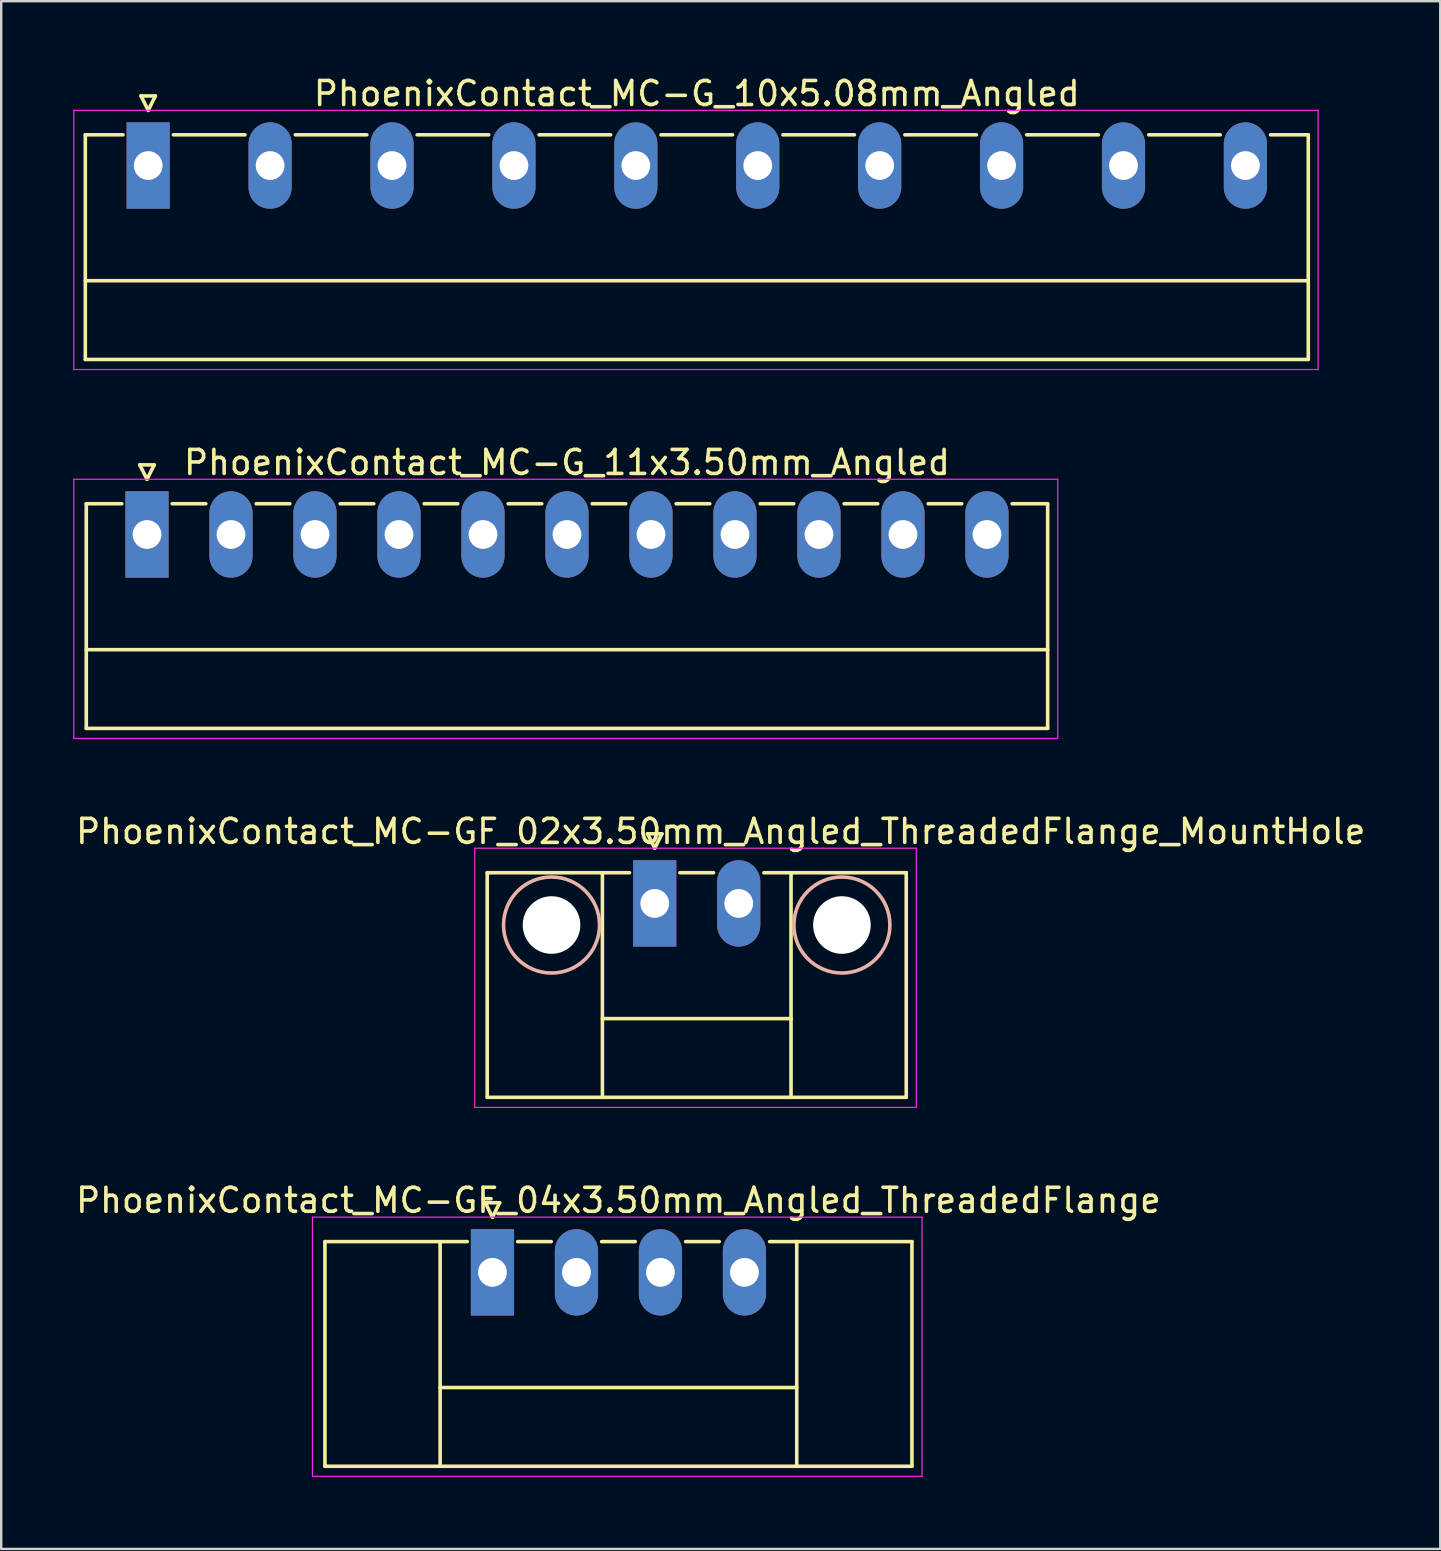
<source format=kicad_pcb>
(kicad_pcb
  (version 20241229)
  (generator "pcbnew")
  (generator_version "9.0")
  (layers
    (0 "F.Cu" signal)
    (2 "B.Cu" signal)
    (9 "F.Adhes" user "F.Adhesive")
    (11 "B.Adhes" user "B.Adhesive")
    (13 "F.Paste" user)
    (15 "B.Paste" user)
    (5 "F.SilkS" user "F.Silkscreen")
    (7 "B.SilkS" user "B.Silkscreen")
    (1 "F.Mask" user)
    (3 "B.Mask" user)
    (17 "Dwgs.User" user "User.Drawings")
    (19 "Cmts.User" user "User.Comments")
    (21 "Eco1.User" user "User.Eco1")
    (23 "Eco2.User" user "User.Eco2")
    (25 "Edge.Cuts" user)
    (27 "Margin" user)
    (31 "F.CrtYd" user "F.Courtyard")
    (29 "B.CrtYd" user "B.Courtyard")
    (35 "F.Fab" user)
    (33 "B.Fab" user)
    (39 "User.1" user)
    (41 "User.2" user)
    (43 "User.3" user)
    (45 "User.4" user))
  (footprint "PhoenixContact_MC-G_10x5.08mm_Angled"
    (layer "F.Cu")
    (at 3.125 3.848)
    (property "Reference" "PhoenixContact_MC-G_10x5.08mm_Angled" (at 22.86 -3 0) (layer "F.SilkS") (effects (font (size 1 1) (thickness 0.15))))
    (attr through_hole)
    (fp_line (start -2.62 -1.28) (end -2.62 8.08) (stroke (width 0.15) (type solid)) (layer "F.SilkS"))
    (fp_line (start -2.62 -1.28) (end -1.05 -1.28) (stroke (width 0.15) (type solid)) (layer "F.SilkS"))
    (fp_line (start -2.62 4.8) (end 48.34 4.8) (stroke (width 0.15) (type solid)) (layer "F.SilkS"))
    (fp_line (start -2.62 8.08) (end 48.34 8.08) (stroke (width 0.15) (type solid)) (layer "F.SilkS"))
    (fp_line (start -0.3 -2.9) (end 0 -2.3) (stroke (width 0.15) (type solid)) (layer "F.SilkS"))
    (fp_line (start 0 -2.3) (end 0.3 -2.9) (stroke (width 0.15) (type solid)) (layer "F.SilkS"))
    (fp_line (start 0.3 -2.9) (end -0.3 -2.9) (stroke (width 0.15) (type solid)) (layer "F.SilkS"))
    (fp_line (start 1.05 -1.28) (end 4.03 -1.28) (stroke (width 0.15) (type solid)) (layer "F.SilkS"))
    (fp_line (start 6.13 -1.28) (end 9.11 -1.28) (stroke (width 0.15) (type solid)) (layer "F.SilkS"))
    (fp_line (start 11.21 -1.28) (end 14.19 -1.28) (stroke (width 0.15) (type solid)) (layer "F.SilkS"))
    (fp_line (start 16.29 -1.28) (end 19.27 -1.28) (stroke (width 0.15) (type solid)) (layer "F.SilkS"))
    (fp_line (start 21.37 -1.28) (end 24.35 -1.28) (stroke (width 0.15) (type solid)) (layer "F.SilkS"))
    (fp_line (start 26.45 -1.28) (end 29.43 -1.28) (stroke (width 0.15) (type solid)) (layer "F.SilkS"))
    (fp_line (start 31.53 -1.28) (end 34.51 -1.28) (stroke (width 0.15) (type solid)) (layer "F.SilkS"))
    (fp_line (start 36.61 -1.28) (end 39.59 -1.28) (stroke (width 0.15) (type solid)) (layer "F.SilkS"))
    (fp_line (start 41.69 -1.28) (end 44.67 -1.28) (stroke (width 0.15) (type solid)) (layer "F.SilkS"))
    (fp_line (start 48.34 -1.28) (end 46.77 -1.28) (stroke (width 0.15) (type solid)) (layer "F.SilkS"))
    (fp_line (start 48.34 8.08) (end 48.34 -1.28) (stroke (width 0.15) (type solid)) (layer "F.SilkS"))
    (fp_line (start -3.1 -2.3) (end -3.1 8.5) (stroke (width 0.05) (type solid)) (layer "F.CrtYd"))
    (fp_line (start -3.1 8.5) (end 48.75 8.5) (stroke (width 0.05) (type solid)) (layer "F.CrtYd"))
    (fp_line (start 48.75 -2.3) (end -3.1 -2.3) (stroke (width 0.05) (type solid)) (layer "F.CrtYd"))
    (fp_line (start 48.75 8.5) (end 48.75 -2.3) (stroke (width 0.05) (type solid)) (layer "F.CrtYd"))
    (pad "1" thru_hole rect (at 0 0) (size 1.8 3.6) (drill 1.2) (layers "*.Cu" "*.Mask"))
    (pad "2" thru_hole oval (at 5.08 0) (size 1.8 3.6) (drill 1.2) (layers "*.Cu" "*.Mask"))
    (pad "3" thru_hole oval (at 10.16 0) (size 1.8 3.6) (drill 1.2) (layers "*.Cu" "*.Mask"))
    (pad "4" thru_hole oval (at 15.24 0) (size 1.8 3.6) (drill 1.2) (layers "*.Cu" "*.Mask"))
    (pad "5" thru_hole oval (at 20.32 0) (size 1.8 3.6) (drill 1.2) (layers "*.Cu" "*.Mask"))
    (pad "6" thru_hole oval (at 25.4 0) (size 1.8 3.6) (drill 1.2) (layers "*.Cu" "*.Mask"))
    (pad "7" thru_hole oval (at 30.48 0) (size 1.8 3.6) (drill 1.2) (layers "*.Cu" "*.Mask"))
    (pad "8" thru_hole oval (at 35.56 0) (size 1.8 3.6) (drill 1.2) (layers "*.Cu" "*.Mask"))
    (pad "9" thru_hole oval (at 40.64 0) (size 1.8 3.6) (drill 1.2) (layers "*.Cu" "*.Mask"))
    (pad "10" thru_hole oval (at 45.72 0) (size 1.8 3.6) (drill 1.2) (layers "*.Cu" "*.Mask")))
  (footprint "PhoenixContact_MC-GF_02x3.50mm_Angled_ThreadedFlange_MountHole"
    (layer "F.Cu")
    (at 24.232 34.595)
    (property "Reference" "PhoenixContact_MC-GF_02x3.50mm_Angled_ThreadedFlange_MountHole" (at 2.75 -3 0) (layer "F.SilkS") (effects (font (size 1 1) (thickness 0.15))))
    (attr through_hole)
    (fp_line (start -6.98 -1.28) (end -6.98 8.08) (stroke (width 0.15) (type solid)) (layer "F.SilkS"))
    (fp_line (start -6.98 -1.28) (end -1.05 -1.28) (stroke (width 0.15) (type solid)) (layer "F.SilkS"))
    (fp_line (start -6.98 8.08) (end 10.48 8.08) (stroke (width 0.15) (type solid)) (layer "F.SilkS"))
    (fp_line (start -2.18 -1.28) (end -2.18 8.08) (stroke (width 0.15) (type solid)) (layer "F.SilkS"))
    (fp_line (start -2.18 4.8) (end 5.68 4.8) (stroke (width 0.15) (type solid)) (layer "F.SilkS"))
    (fp_line (start -0.3 -2.9) (end 0 -2.3) (stroke (width 0.15) (type solid)) (layer "F.SilkS"))
    (fp_line (start 0 -2.3) (end 0.3 -2.9) (stroke (width 0.15) (type solid)) (layer "F.SilkS"))
    (fp_line (start 0.3 -2.9) (end -0.3 -2.9) (stroke (width 0.15) (type solid)) (layer "F.SilkS"))
    (fp_line (start 1.05 -1.28) (end 2.45 -1.28) (stroke (width 0.15) (type solid)) (layer "F.SilkS"))
    (fp_line (start 5.68 -1.28) (end 5.68 8.08) (stroke (width 0.15) (type solid)) (layer "F.SilkS"))
    (fp_line (start 10.48 -1.28) (end 4.55 -1.28) (stroke (width 0.15) (type solid)) (layer "F.SilkS"))
    (fp_line (start 10.48 8.08) (end 10.48 -1.28) (stroke (width 0.15) (type solid)) (layer "F.SilkS"))
    (fp_circle (center -4.3 0.9) (end -2.3 0.9) (stroke (width 0.15) (type solid)) (fill no) (layer "B.SilkS"))
    (fp_circle (center 7.8 0.9) (end 9.8 0.9) (stroke (width 0.15) (type solid)) (fill no) (layer "B.SilkS"))
    (fp_line (start -7.5 -2.3) (end -7.5 8.5) (stroke (width 0.05) (type solid)) (layer "F.CrtYd"))
    (fp_line (start -7.5 8.5) (end 10.9 8.5) (stroke (width 0.05) (type solid)) (layer "F.CrtYd"))
    (fp_line (start 10.9 -2.3) (end -7.5 -2.3) (stroke (width 0.05) (type solid)) (layer "F.CrtYd"))
    (fp_line (start 10.9 8.5) (end 10.9 -2.3) (stroke (width 0.05) (type solid)) (layer "F.CrtYd"))
    (pad "" np_thru_hole circle (at -4.3 0.9) (size 2.4 2.4) (drill 2.4) (layers "*.Cu" "*.Mask"))
    (pad "" np_thru_hole circle (at 7.8 0.9) (size 2.4 2.4) (drill 2.4) (layers "*.Cu" "*.Mask"))
    (pad "1" thru_hole rect (at 0 0) (size 1.8 3.6) (drill 1.2) (layers "*.Cu" "*.Mask"))
    (pad "2" thru_hole oval (at 3.5 0) (size 1.8 3.6) (drill 1.2) (layers "*.Cu" "*.Mask")))
  (footprint "PhoenixContact_MC-GF_04x3.50mm_Angled_ThreadedFlange"
    (layer "F.Cu")
    (at 17.47 49.968)
    (property "Reference" "PhoenixContact_MC-GF_04x3.50mm_Angled_ThreadedFlange" (at 5.25 -3 0) (layer "F.SilkS") (effects (font (size 1 1) (thickness 0.15))))
    (attr through_hole)
    (fp_line (start -6.98 -1.28) (end -6.98 8.08) (stroke (width 0.15) (type solid)) (layer "F.SilkS"))
    (fp_line (start -6.98 -1.28) (end -1.05 -1.28) (stroke (width 0.15) (type solid)) (layer "F.SilkS"))
    (fp_line (start -6.98 8.08) (end 17.48 8.08) (stroke (width 0.15) (type solid)) (layer "F.SilkS"))
    (fp_line (start -2.18 -1.28) (end -2.18 8.08) (stroke (width 0.15) (type solid)) (layer "F.SilkS"))
    (fp_line (start -2.18 4.8) (end 12.68 4.8) (stroke (width 0.15) (type solid)) (layer "F.SilkS"))
    (fp_line (start -0.3 -2.9) (end 0 -2.3) (stroke (width 0.15) (type solid)) (layer "F.SilkS"))
    (fp_line (start 0 -2.3) (end 0.3 -2.9) (stroke (width 0.15) (type solid)) (layer "F.SilkS"))
    (fp_line (start 0.3 -2.9) (end -0.3 -2.9) (stroke (width 0.15) (type solid)) (layer "F.SilkS"))
    (fp_line (start 1.05 -1.28) (end 2.45 -1.28) (stroke (width 0.15) (type solid)) (layer "F.SilkS"))
    (fp_line (start 4.55 -1.28) (end 5.95 -1.28) (stroke (width 0.15) (type solid)) (layer "F.SilkS"))
    (fp_line (start 8.05 -1.28) (end 9.45 -1.28) (stroke (width 0.15) (type solid)) (layer "F.SilkS"))
    (fp_line (start 12.68 -1.28) (end 12.68 8.08) (stroke (width 0.15) (type solid)) (layer "F.SilkS"))
    (fp_line (start 17.48 -1.28) (end 11.55 -1.28) (stroke (width 0.15) (type solid)) (layer "F.SilkS"))
    (fp_line (start 17.48 8.08) (end 17.48 -1.28) (stroke (width 0.15) (type solid)) (layer "F.SilkS"))
    (fp_line (start -7.5 -2.3) (end -7.5 8.5) (stroke (width 0.05) (type solid)) (layer "F.CrtYd"))
    (fp_line (start -7.5 8.5) (end 17.9 8.5) (stroke (width 0.05) (type solid)) (layer "F.CrtYd"))
    (fp_line (start 17.9 -2.3) (end -7.5 -2.3) (stroke (width 0.05) (type solid)) (layer "F.CrtYd"))
    (fp_line (start 17.9 8.5) (end 17.9 -2.3) (stroke (width 0.05) (type solid)) (layer "F.CrtYd"))
    (pad "1" thru_hole rect (at 0 0) (size 1.8 3.6) (drill 1.2) (layers "*.Cu" "*.Mask"))
    (pad "2" thru_hole oval (at 3.5 0) (size 1.8 3.6) (drill 1.2) (layers "*.Cu" "*.Mask"))
    (pad "3" thru_hole oval (at 7 0) (size 1.8 3.6) (drill 1.2) (layers "*.Cu" "*.Mask"))
    (pad "4" thru_hole oval (at 10.5 0) (size 1.8 3.6) (drill 1.2) (layers "*.Cu" "*.Mask")))
  (footprint "PhoenixContact_MC-G_11x3.50mm_Angled"
    (layer "F.Cu")
    (at 3.075 19.221)
    (property "Reference" "PhoenixContact_MC-G_11x3.50mm_Angled" (at 17.5 -3 0) (layer "F.SilkS") (effects (font (size 1 1) (thickness 0.15))))
    (attr through_hole)
    (fp_line (start -2.53 -1.28) (end -2.53 8.08) (stroke (width 0.15) (type solid)) (layer "F.SilkS"))
    (fp_line (start -2.53 -1.28) (end -1.05 -1.28) (stroke (width 0.15) (type solid)) (layer "F.SilkS"))
    (fp_line (start -2.53 4.8) (end 37.53 4.8) (stroke (width 0.15) (type solid)) (layer "F.SilkS"))
    (fp_line (start -2.53 8.08) (end 37.53 8.08) (stroke (width 0.15) (type solid)) (layer "F.SilkS"))
    (fp_line (start -0.3 -2.9) (end 0 -2.3) (stroke (width 0.15) (type solid)) (layer "F.SilkS"))
    (fp_line (start 0 -2.3) (end 0.3 -2.9) (stroke (width 0.15) (type solid)) (layer "F.SilkS"))
    (fp_line (start 0.3 -2.9) (end -0.3 -2.9) (stroke (width 0.15) (type solid)) (layer "F.SilkS"))
    (fp_line (start 1.05 -1.28) (end 2.45 -1.28) (stroke (width 0.15) (type solid)) (layer "F.SilkS"))
    (fp_line (start 4.55 -1.28) (end 5.95 -1.28) (stroke (width 0.15) (type solid)) (layer "F.SilkS"))
    (fp_line (start 8.05 -1.28) (end 9.45 -1.28) (stroke (width 0.15) (type solid)) (layer "F.SilkS"))
    (fp_line (start 11.55 -1.28) (end 12.95 -1.28) (stroke (width 0.15) (type solid)) (layer "F.SilkS"))
    (fp_line (start 15.05 -1.28) (end 16.45 -1.28) (stroke (width 0.15) (type solid)) (layer "F.SilkS"))
    (fp_line (start 18.55 -1.28) (end 19.95 -1.28) (stroke (width 0.15) (type solid)) (layer "F.SilkS"))
    (fp_line (start 22.05 -1.28) (end 23.45 -1.28) (stroke (width 0.15) (type solid)) (layer "F.SilkS"))
    (fp_line (start 25.55 -1.28) (end 26.95 -1.28) (stroke (width 0.15) (type solid)) (layer "F.SilkS"))
    (fp_line (start 29.05 -1.28) (end 30.45 -1.28) (stroke (width 0.15) (type solid)) (layer "F.SilkS"))
    (fp_line (start 32.55 -1.28) (end 33.95 -1.28) (stroke (width 0.15) (type solid)) (layer "F.SilkS"))
    (fp_line (start 37.53 -1.28) (end 36.05 -1.28) (stroke (width 0.15) (type solid)) (layer "F.SilkS"))
    (fp_line (start 37.53 8.08) (end 37.53 -1.28) (stroke (width 0.15) (type solid)) (layer "F.SilkS"))
    (fp_line (start -3.05 -2.3) (end -3.05 8.5) (stroke (width 0.05) (type solid)) (layer "F.CrtYd"))
    (fp_line (start -3.05 8.5) (end 37.95 8.5) (stroke (width 0.05) (type solid)) (layer "F.CrtYd"))
    (fp_line (start 37.95 -2.3) (end -3.05 -2.3) (stroke (width 0.05) (type solid)) (layer "F.CrtYd"))
    (fp_line (start 37.95 8.5) (end 37.95 -2.3) (stroke (width 0.05) (type solid)) (layer "F.CrtYd"))
    (pad "1" thru_hole rect (at 0 0) (size 1.8 3.6) (drill 1.2) (layers "*.Cu" "*.Mask"))
    (pad "2" thru_hole oval (at 3.5 0) (size 1.8 3.6) (drill 1.2) (layers "*.Cu" "*.Mask"))
    (pad "3" thru_hole oval (at 7 0) (size 1.8 3.6) (drill 1.2) (layers "*.Cu" "*.Mask"))
    (pad "4" thru_hole oval (at 10.5 0) (size 1.8 3.6) (drill 1.2) (layers "*.Cu" "*.Mask"))
    (pad "5" thru_hole oval (at 14 0) (size 1.8 3.6) (drill 1.2) (layers "*.Cu" "*.Mask"))
    (pad "6" thru_hole oval (at 17.5 0) (size 1.8 3.6) (drill 1.2) (layers "*.Cu" "*.Mask"))
    (pad "7" thru_hole oval (at 21 0) (size 1.8 3.6) (drill 1.2) (layers "*.Cu" "*.Mask"))
    (pad "8" thru_hole oval (at 24.5 0) (size 1.8 3.6) (drill 1.2) (layers "*.Cu" "*.Mask"))
    (pad "9" thru_hole oval (at 28 0) (size 1.8 3.6) (drill 1.2) (layers "*.Cu" "*.Mask"))
    (pad "10" thru_hole oval (at 31.5 0) (size 1.8 3.6) (drill 1.2) (layers "*.Cu" "*.Mask"))
    (pad "11" thru_hole oval (at 35 0) (size 1.8 3.6) (drill 1.2) (layers "*.Cu" "*.Mask")))
  (gr_rect
    (start -3 -3)
    (end 56.964 61.493)
    (stroke (width 0.1) (type default))
    (fill no)
    (layer "Edge.Cuts")))
</source>
